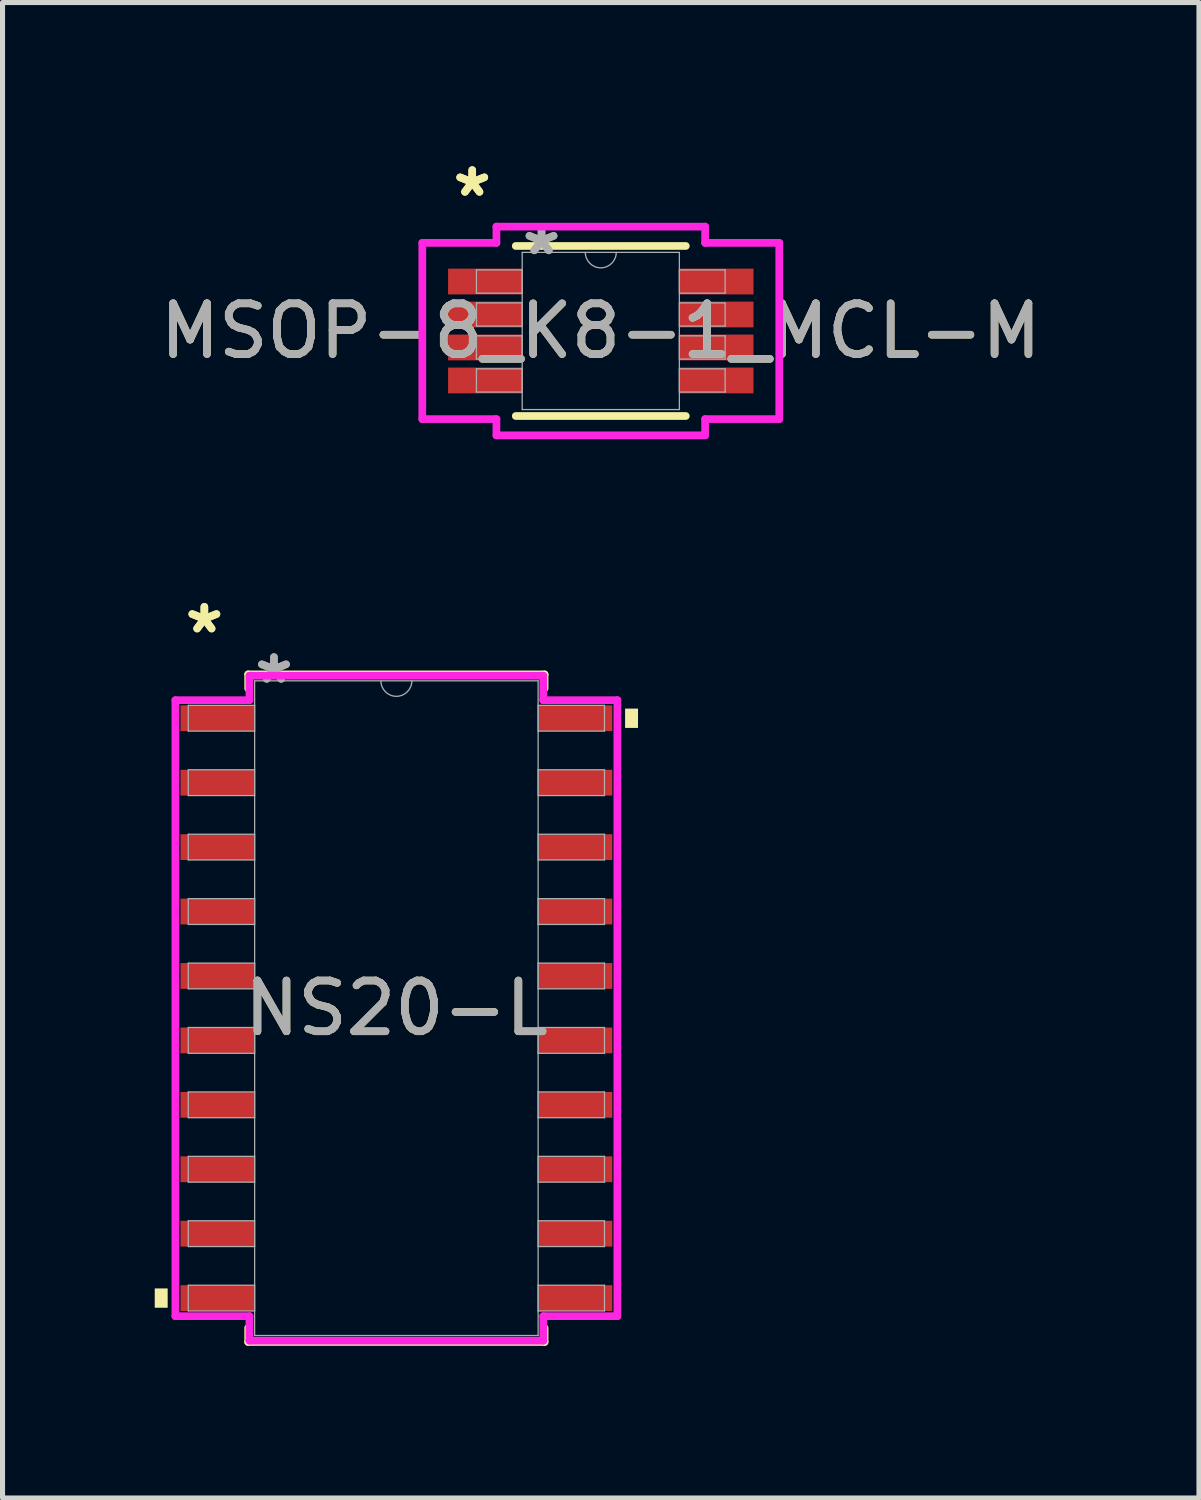
<source format=kicad_pcb>
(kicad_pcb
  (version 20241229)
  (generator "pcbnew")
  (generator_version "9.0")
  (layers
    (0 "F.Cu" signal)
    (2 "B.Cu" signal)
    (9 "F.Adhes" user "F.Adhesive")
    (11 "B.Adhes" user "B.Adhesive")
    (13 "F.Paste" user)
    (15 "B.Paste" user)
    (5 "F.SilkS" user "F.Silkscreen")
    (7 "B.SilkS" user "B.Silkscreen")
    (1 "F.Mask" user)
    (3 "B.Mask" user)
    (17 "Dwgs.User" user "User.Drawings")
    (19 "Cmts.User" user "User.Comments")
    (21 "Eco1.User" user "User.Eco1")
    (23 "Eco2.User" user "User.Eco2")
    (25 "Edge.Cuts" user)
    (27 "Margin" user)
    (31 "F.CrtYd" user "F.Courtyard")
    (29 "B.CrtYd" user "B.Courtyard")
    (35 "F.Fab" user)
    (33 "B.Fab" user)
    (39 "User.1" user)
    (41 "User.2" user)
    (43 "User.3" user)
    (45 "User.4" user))
  (footprint "MSOP-8_K8-1_MCL-M"
    (layer "F.Cu")
    (at 8.792 3.474)
    (property "Reference" "MSOP-8_K8-1_MCL-M" (at 0 0 0) (unlocked yes) (layer "F.SilkS") (effects (font (size 1 1) (thickness 0.15))))
    (attr smd)
    (fp_line (start -1.676 1.676) (end 1.676 1.676) (stroke (width 0.152) (type solid)) (layer "F.SilkS"))
    (fp_line (start 1.676 -1.676) (end -1.676 -1.676) (stroke (width 0.152) (type solid)) (layer "F.SilkS"))
    (fp_line (start -3.518 -1.737) (end -2.057 -1.737) (stroke (width 0.152) (type solid)) (layer "F.CrtYd"))
    (fp_line (start -3.518 1.737) (end -3.518 -1.737) (stroke (width 0.152) (type solid)) (layer "F.CrtYd"))
    (fp_line (start -3.518 1.737) (end -2.057 1.737) (stroke (width 0.152) (type solid)) (layer "F.CrtYd"))
    (fp_line (start -2.057 -2.057) (end 2.057 -2.057) (stroke (width 0.152) (type solid)) (layer "F.CrtYd"))
    (fp_line (start -2.057 -1.737) (end -2.057 -2.057) (stroke (width 0.152) (type solid)) (layer "F.CrtYd"))
    (fp_line (start -2.057 2.057) (end -2.057 1.737) (stroke (width 0.152) (type solid)) (layer "F.CrtYd"))
    (fp_line (start 2.057 -2.057) (end 2.057 -1.737) (stroke (width 0.152) (type solid)) (layer "F.CrtYd"))
    (fp_line (start 2.057 1.737) (end 2.057 2.057) (stroke (width 0.152) (type solid)) (layer "F.CrtYd"))
    (fp_line (start 2.057 2.057) (end -2.057 2.057) (stroke (width 0.152) (type solid)) (layer "F.CrtYd"))
    (fp_line (start 3.518 -1.737) (end 2.057 -1.737) (stroke (width 0.152) (type solid)) (layer "F.CrtYd"))
    (fp_line (start 3.518 -1.737) (end 3.518 1.737) (stroke (width 0.152) (type solid)) (layer "F.CrtYd"))
    (fp_line (start 3.518 1.737) (end 2.057 1.737) (stroke (width 0.152) (type solid)) (layer "F.CrtYd"))
    (fp_line (start -2.451 -1.204) (end -2.451 -0.746) (stroke (width 0.025) (type solid)) (layer "F.Fab"))
    (fp_line (start -2.451 -0.746) (end -1.549 -0.746) (stroke (width 0.025) (type solid)) (layer "F.Fab"))
    (fp_line (start -2.451 -0.554) (end -2.451 -0.096) (stroke (width 0.025) (type solid)) (layer "F.Fab"))
    (fp_line (start -2.451 -0.096) (end -1.549 -0.096) (stroke (width 0.025) (type solid)) (layer "F.Fab"))
    (fp_line (start -2.451 0.096) (end -2.451 0.554) (stroke (width 0.025) (type solid)) (layer "F.Fab"))
    (fp_line (start -2.451 0.554) (end -1.549 0.554) (stroke (width 0.025) (type solid)) (layer "F.Fab"))
    (fp_line (start -2.451 0.746) (end -2.451 1.204) (stroke (width 0.025) (type solid)) (layer "F.Fab"))
    (fp_line (start -2.451 1.204) (end -1.549 1.204) (stroke (width 0.025) (type solid)) (layer "F.Fab"))
    (fp_line (start -1.549 -1.549) (end -1.549 1.549) (stroke (width 0.025) (type solid)) (layer "F.Fab"))
    (fp_line (start -1.549 -1.204) (end -2.451 -1.204) (stroke (width 0.025) (type solid)) (layer "F.Fab"))
    (fp_line (start -1.549 -0.746) (end -1.549 -1.204) (stroke (width 0.025) (type solid)) (layer "F.Fab"))
    (fp_line (start -1.549 -0.554) (end -2.451 -0.554) (stroke (width 0.025) (type solid)) (layer "F.Fab"))
    (fp_line (start -1.549 -0.096) (end -1.549 -0.554) (stroke (width 0.025) (type solid)) (layer "F.Fab"))
    (fp_line (start -1.549 0.096) (end -2.451 0.096) (stroke (width 0.025) (type solid)) (layer "F.Fab"))
    (fp_line (start -1.549 0.554) (end -1.549 0.096) (stroke (width 0.025) (type solid)) (layer "F.Fab"))
    (fp_line (start -1.549 0.746) (end -2.451 0.746) (stroke (width 0.025) (type solid)) (layer "F.Fab"))
    (fp_line (start -1.549 1.204) (end -1.549 0.746) (stroke (width 0.025) (type solid)) (layer "F.Fab"))
    (fp_line (start -1.549 1.549) (end 1.549 1.549) (stroke (width 0.025) (type solid)) (layer "F.Fab"))
    (fp_line (start 1.549 -1.549) (end -1.549 -1.549) (stroke (width 0.025) (type solid)) (layer "F.Fab"))
    (fp_line (start 1.549 -1.204) (end 1.549 -0.746) (stroke (width 0.025) (type solid)) (layer "F.Fab"))
    (fp_line (start 1.549 -0.746) (end 2.451 -0.746) (stroke (width 0.025) (type solid)) (layer "F.Fab"))
    (fp_line (start 1.549 -0.554) (end 1.549 -0.096) (stroke (width 0.025) (type solid)) (layer "F.Fab"))
    (fp_line (start 1.549 -0.096) (end 2.451 -0.096) (stroke (width 0.025) (type solid)) (layer "F.Fab"))
    (fp_line (start 1.549 0.096) (end 1.549 0.554) (stroke (width 0.025) (type solid)) (layer "F.Fab"))
    (fp_line (start 1.549 0.554) (end 2.451 0.554) (stroke (width 0.025) (type solid)) (layer "F.Fab"))
    (fp_line (start 1.549 0.746) (end 1.549 1.204) (stroke (width 0.025) (type solid)) (layer "F.Fab"))
    (fp_line (start 1.549 1.204) (end 2.451 1.204) (stroke (width 0.025) (type solid)) (layer "F.Fab"))
    (fp_line (start 1.549 1.549) (end 1.549 -1.549) (stroke (width 0.025) (type solid)) (layer "F.Fab"))
    (fp_line (start 2.451 -1.204) (end 1.549 -1.204) (stroke (width 0.025) (type solid)) (layer "F.Fab"))
    (fp_line (start 2.451 -0.746) (end 2.451 -1.204) (stroke (width 0.025) (type solid)) (layer "F.Fab"))
    (fp_line (start 2.451 -0.554) (end 1.549 -0.554) (stroke (width 0.025) (type solid)) (layer "F.Fab"))
    (fp_line (start 2.451 -0.096) (end 2.451 -0.554) (stroke (width 0.025) (type solid)) (layer "F.Fab"))
    (fp_line (start 2.451 0.096) (end 1.549 0.096) (stroke (width 0.025) (type solid)) (layer "F.Fab"))
    (fp_line (start 2.451 0.554) (end 2.451 0.096) (stroke (width 0.025) (type solid)) (layer "F.Fab"))
    (fp_line (start 2.451 0.746) (end 1.549 0.746) (stroke (width 0.025) (type solid)) (layer "F.Fab"))
    (fp_line (start 2.451 1.204) (end 2.451 0.746) (stroke (width 0.025) (type solid)) (layer "F.Fab"))
    (fp_arc (start 0.3048 -1.5494) (mid 0 -1.2446) (end -0.3048 -1.5494) (stroke (width 0.0254) (type solid)) (layer "F.Fab"))
    (fp_text user "*" (at -2.534 -2.626 0) (layer "F.SilkS") (effects (font (size 1 1) (thickness 0.15))))
    (fp_text user "*" (at -2.534 -2.626 0) (unlocked yes) (layer "F.SilkS") (effects (font (size 1 1) (thickness 0.15))))
    (fp_text user "${REFERENCE}" (at 0 0 0) (unlocked yes) (layer "F.Fab") (effects (font (size 1 1) (thickness 0.15))))
    (fp_text user "*" (at -1.168 -1.473 0) (layer "F.Fab") (effects (font (size 1 1) (thickness 0.15))))
    (fp_text user "*" (at -1.168 -1.473 0) (unlocked yes) (layer "F.Fab") (effects (font (size 1 1) (thickness 0.15))))
    (pad "1" smd rect (at -2.28 -0.975) (size 1.46 0.508) (layers "F.Cu" "F.Mask" "F.Paste"))
    (pad "2" smd rect (at -2.28 -0.325) (size 1.46 0.508) (layers "F.Cu" "F.Mask" "F.Paste"))
    (pad "3" smd rect (at -2.28 0.325) (size 1.46 0.508) (layers "F.Cu" "F.Mask" "F.Paste"))
    (pad "4" smd rect (at -2.28 0.975) (size 1.46 0.508) (layers "F.Cu" "F.Mask" "F.Paste"))
    (pad "5" smd rect (at 2.28 0.975) (size 1.46 0.508) (layers "F.Cu" "F.Mask" "F.Paste"))
    (pad "6" smd rect (at 2.28 0.325) (size 1.46 0.508) (layers "F.Cu" "F.Mask" "F.Paste"))
    (pad "7" smd rect (at 2.28 -0.325) (size 1.46 0.508) (layers "F.Cu" "F.Mask" "F.Paste"))
    (pad "8" smd rect (at 2.28 -0.975) (size 1.46 0.508) (layers "F.Cu" "F.Mask" "F.Paste")))
  (footprint "NS20-L"
    (layer "F.Cu")
    (at 4.763 16.822)
    (property "Reference" "NS20-L" (at 0 0 0) (unlocked yes) (layer "F.SilkS") (effects (font (size 1 1) (thickness 0.15))))
    (attr smd)
    (fp_line (start -2.921 -6.579) (end -2.921 -6.302) (stroke (width 0.152) (type solid)) (layer "F.SilkS"))
    (fp_line (start -2.921 6.302) (end -2.921 6.579) (stroke (width 0.152) (type solid)) (layer "F.SilkS"))
    (fp_line (start -2.921 6.579) (end 2.921 6.579) (stroke (width 0.152) (type solid)) (layer "F.SilkS"))
    (fp_line (start 2.921 -6.579) (end -2.921 -6.579) (stroke (width 0.152) (type solid)) (layer "F.SilkS"))
    (fp_line (start 2.921 -6.302) (end 2.921 -6.579) (stroke (width 0.152) (type solid)) (layer "F.SilkS"))
    (fp_line (start 2.921 6.579) (end 2.921 6.302) (stroke (width 0.152) (type solid)) (layer "F.SilkS"))
    (fp_poly (pts (xy -4.763 5.524) (xy -4.763 5.905) (xy -4.508 5.905) (xy -4.508 5.524)) (stroke (width 0) (type solid)) (fill yes) (layer "F.SilkS"))
    (fp_poly (pts (xy 4.763 -5.905) (xy 4.763 -5.524) (xy 4.508 -5.524) (xy 4.508 -5.905)) (stroke (width 0) (type solid)) (fill yes) (layer "F.SilkS"))
    (fp_line (start -4.356 -6.071) (end -2.896 -6.071) (stroke (width 0.152) (type solid)) (layer "F.CrtYd"))
    (fp_line (start -4.356 6.071) (end -4.356 -6.071) (stroke (width 0.152) (type solid)) (layer "F.CrtYd"))
    (fp_line (start -4.356 6.071) (end -2.896 6.071) (stroke (width 0.152) (type solid)) (layer "F.CrtYd"))
    (fp_line (start -2.896 -6.553) (end 2.896 -6.553) (stroke (width 0.152) (type solid)) (layer "F.CrtYd"))
    (fp_line (start -2.896 -6.071) (end -2.896 -6.553) (stroke (width 0.152) (type solid)) (layer "F.CrtYd"))
    (fp_line (start -2.896 6.553) (end -2.896 6.071) (stroke (width 0.152) (type solid)) (layer "F.CrtYd"))
    (fp_line (start 2.896 -6.553) (end 2.896 -6.071) (stroke (width 0.152) (type solid)) (layer "F.CrtYd"))
    (fp_line (start 2.896 6.071) (end 2.896 6.553) (stroke (width 0.152) (type solid)) (layer "F.CrtYd"))
    (fp_line (start 2.896 6.553) (end -2.896 6.553) (stroke (width 0.152) (type solid)) (layer "F.CrtYd"))
    (fp_line (start 4.356 -6.071) (end 2.896 -6.071) (stroke (width 0.152) (type solid)) (layer "F.CrtYd"))
    (fp_line (start 4.356 -6.071) (end 4.356 6.071) (stroke (width 0.152) (type solid)) (layer "F.CrtYd"))
    (fp_line (start 4.356 6.071) (end 2.896 6.071) (stroke (width 0.152) (type solid)) (layer "F.CrtYd"))
    (fp_line (start -4.102 -5.969) (end -4.102 -5.461) (stroke (width 0.025) (type solid)) (layer "F.Fab"))
    (fp_line (start -4.102 -5.461) (end -2.794 -5.461) (stroke (width 0.025) (type solid)) (layer "F.Fab"))
    (fp_line (start -4.102 -4.699) (end -4.102 -4.191) (stroke (width 0.025) (type solid)) (layer "F.Fab"))
    (fp_line (start -4.102 -4.191) (end -2.794 -4.191) (stroke (width 0.025) (type solid)) (layer "F.Fab"))
    (fp_line (start -4.102 -3.429) (end -4.102 -2.921) (stroke (width 0.025) (type solid)) (layer "F.Fab"))
    (fp_line (start -4.102 -2.921) (end -2.794 -2.921) (stroke (width 0.025) (type solid)) (layer "F.Fab"))
    (fp_line (start -4.102 -2.159) (end -4.102 -1.651) (stroke (width 0.025) (type solid)) (layer "F.Fab"))
    (fp_line (start -4.102 -1.651) (end -2.794 -1.651) (stroke (width 0.025) (type solid)) (layer "F.Fab"))
    (fp_line (start -4.102 -0.889) (end -4.102 -0.381) (stroke (width 0.025) (type solid)) (layer "F.Fab"))
    (fp_line (start -4.102 -0.381) (end -2.794 -0.381) (stroke (width 0.025) (type solid)) (layer "F.Fab"))
    (fp_line (start -4.102 0.381) (end -4.102 0.889) (stroke (width 0.025) (type solid)) (layer "F.Fab"))
    (fp_line (start -4.102 0.889) (end -2.794 0.889) (stroke (width 0.025) (type solid)) (layer "F.Fab"))
    (fp_line (start -4.102 1.651) (end -4.102 2.159) (stroke (width 0.025) (type solid)) (layer "F.Fab"))
    (fp_line (start -4.102 2.159) (end -2.794 2.159) (stroke (width 0.025) (type solid)) (layer "F.Fab"))
    (fp_line (start -4.102 2.921) (end -4.102 3.429) (stroke (width 0.025) (type solid)) (layer "F.Fab"))
    (fp_line (start -4.102 3.429) (end -2.794 3.429) (stroke (width 0.025) (type solid)) (layer "F.Fab"))
    (fp_line (start -4.102 4.191) (end -4.102 4.699) (stroke (width 0.025) (type solid)) (layer "F.Fab"))
    (fp_line (start -4.102 4.699) (end -2.794 4.699) (stroke (width 0.025) (type solid)) (layer "F.Fab"))
    (fp_line (start -4.102 5.461) (end -4.102 5.969) (stroke (width 0.025) (type solid)) (layer "F.Fab"))
    (fp_line (start -4.102 5.969) (end -2.794 5.969) (stroke (width 0.025) (type solid)) (layer "F.Fab"))
    (fp_line (start -2.794 -6.452) (end -2.794 6.452) (stroke (width 0.025) (type solid)) (layer "F.Fab"))
    (fp_line (start -2.794 -5.969) (end -4.102 -5.969) (stroke (width 0.025) (type solid)) (layer "F.Fab"))
    (fp_line (start -2.794 -5.461) (end -2.794 -5.969) (stroke (width 0.025) (type solid)) (layer "F.Fab"))
    (fp_line (start -2.794 -4.699) (end -4.102 -4.699) (stroke (width 0.025) (type solid)) (layer "F.Fab"))
    (fp_line (start -2.794 -4.191) (end -2.794 -4.699) (stroke (width 0.025) (type solid)) (layer "F.Fab"))
    (fp_line (start -2.794 -3.429) (end -4.102 -3.429) (stroke (width 0.025) (type solid)) (layer "F.Fab"))
    (fp_line (start -2.794 -2.921) (end -2.794 -3.429) (stroke (width 0.025) (type solid)) (layer "F.Fab"))
    (fp_line (start -2.794 -2.159) (end -4.102 -2.159) (stroke (width 0.025) (type solid)) (layer "F.Fab"))
    (fp_line (start -2.794 -1.651) (end -2.794 -2.159) (stroke (width 0.025) (type solid)) (layer "F.Fab"))
    (fp_line (start -2.794 -0.889) (end -4.102 -0.889) (stroke (width 0.025) (type solid)) (layer "F.Fab"))
    (fp_line (start -2.794 -0.381) (end -2.794 -0.889) (stroke (width 0.025) (type solid)) (layer "F.Fab"))
    (fp_line (start -2.794 0.381) (end -4.102 0.381) (stroke (width 0.025) (type solid)) (layer "F.Fab"))
    (fp_line (start -2.794 0.889) (end -2.794 0.381) (stroke (width 0.025) (type solid)) (layer "F.Fab"))
    (fp_line (start -2.794 1.651) (end -4.102 1.651) (stroke (width 0.025) (type solid)) (layer "F.Fab"))
    (fp_line (start -2.794 2.159) (end -2.794 1.651) (stroke (width 0.025) (type solid)) (layer "F.Fab"))
    (fp_line (start -2.794 2.921) (end -4.102 2.921) (stroke (width 0.025) (type solid)) (layer "F.Fab"))
    (fp_line (start -2.794 3.429) (end -2.794 2.921) (stroke (width 0.025) (type solid)) (layer "F.Fab"))
    (fp_line (start -2.794 4.191) (end -4.102 4.191) (stroke (width 0.025) (type solid)) (layer "F.Fab"))
    (fp_line (start -2.794 4.699) (end -2.794 4.191) (stroke (width 0.025) (type solid)) (layer "F.Fab"))
    (fp_line (start -2.794 5.461) (end -4.102 5.461) (stroke (width 0.025) (type solid)) (layer "F.Fab"))
    (fp_line (start -2.794 5.969) (end -2.794 5.461) (stroke (width 0.025) (type solid)) (layer "F.Fab"))
    (fp_line (start -2.794 6.452) (end 2.794 6.452) (stroke (width 0.025) (type solid)) (layer "F.Fab"))
    (fp_line (start 2.794 -6.452) (end -2.794 -6.452) (stroke (width 0.025) (type solid)) (layer "F.Fab"))
    (fp_line (start 2.794 -5.969) (end 2.794 -5.461) (stroke (width 0.025) (type solid)) (layer "F.Fab"))
    (fp_line (start 2.794 -5.461) (end 4.102 -5.461) (stroke (width 0.025) (type solid)) (layer "F.Fab"))
    (fp_line (start 2.794 -4.699) (end 2.794 -4.191) (stroke (width 0.025) (type solid)) (layer "F.Fab"))
    (fp_line (start 2.794 -4.191) (end 4.102 -4.191) (stroke (width 0.025) (type solid)) (layer "F.Fab"))
    (fp_line (start 2.794 -3.429) (end 2.794 -2.921) (stroke (width 0.025) (type solid)) (layer "F.Fab"))
    (fp_line (start 2.794 -2.921) (end 4.102 -2.921) (stroke (width 0.025) (type solid)) (layer "F.Fab"))
    (fp_line (start 2.794 -2.159) (end 2.794 -1.651) (stroke (width 0.025) (type solid)) (layer "F.Fab"))
    (fp_line (start 2.794 -1.651) (end 4.102 -1.651) (stroke (width 0.025) (type solid)) (layer "F.Fab"))
    (fp_line (start 2.794 -0.889) (end 2.794 -0.381) (stroke (width 0.025) (type solid)) (layer "F.Fab"))
    (fp_line (start 2.794 -0.381) (end 4.102 -0.381) (stroke (width 0.025) (type solid)) (layer "F.Fab"))
    (fp_line (start 2.794 0.381) (end 2.794 0.889) (stroke (width 0.025) (type solid)) (layer "F.Fab"))
    (fp_line (start 2.794 0.889) (end 4.102 0.889) (stroke (width 0.025) (type solid)) (layer "F.Fab"))
    (fp_line (start 2.794 1.651) (end 2.794 2.159) (stroke (width 0.025) (type solid)) (layer "F.Fab"))
    (fp_line (start 2.794 2.159) (end 4.102 2.159) (stroke (width 0.025) (type solid)) (layer "F.Fab"))
    (fp_line (start 2.794 2.921) (end 2.794 3.429) (stroke (width 0.025) (type solid)) (layer "F.Fab"))
    (fp_line (start 2.794 3.429) (end 4.102 3.429) (stroke (width 0.025) (type solid)) (layer "F.Fab"))
    (fp_line (start 2.794 4.191) (end 2.794 4.699) (stroke (width 0.025) (type solid)) (layer "F.Fab"))
    (fp_line (start 2.794 4.699) (end 4.102 4.699) (stroke (width 0.025) (type solid)) (layer "F.Fab"))
    (fp_line (start 2.794 5.461) (end 2.794 5.969) (stroke (width 0.025) (type solid)) (layer "F.Fab"))
    (fp_line (start 2.794 5.969) (end 4.102 5.969) (stroke (width 0.025) (type solid)) (layer "F.Fab"))
    (fp_line (start 2.794 6.452) (end 2.794 -6.452) (stroke (width 0.025) (type solid)) (layer "F.Fab"))
    (fp_line (start 4.102 -5.969) (end 2.794 -5.969) (stroke (width 0.025) (type solid)) (layer "F.Fab"))
    (fp_line (start 4.102 -5.461) (end 4.102 -5.969) (stroke (width 0.025) (type solid)) (layer "F.Fab"))
    (fp_line (start 4.102 -4.699) (end 2.794 -4.699) (stroke (width 0.025) (type solid)) (layer "F.Fab"))
    (fp_line (start 4.102 -4.191) (end 4.102 -4.699) (stroke (width 0.025) (type solid)) (layer "F.Fab"))
    (fp_line (start 4.102 -3.429) (end 2.794 -3.429) (stroke (width 0.025) (type solid)) (layer "F.Fab"))
    (fp_line (start 4.102 -2.921) (end 4.102 -3.429) (stroke (width 0.025) (type solid)) (layer "F.Fab"))
    (fp_line (start 4.102 -2.159) (end 2.794 -2.159) (stroke (width 0.025) (type solid)) (layer "F.Fab"))
    (fp_line (start 4.102 -1.651) (end 4.102 -2.159) (stroke (width 0.025) (type solid)) (layer "F.Fab"))
    (fp_line (start 4.102 -0.889) (end 2.794 -0.889) (stroke (width 0.025) (type solid)) (layer "F.Fab"))
    (fp_line (start 4.102 -0.381) (end 4.102 -0.889) (stroke (width 0.025) (type solid)) (layer "F.Fab"))
    (fp_line (start 4.102 0.381) (end 2.794 0.381) (stroke (width 0.025) (type solid)) (layer "F.Fab"))
    (fp_line (start 4.102 0.889) (end 4.102 0.381) (stroke (width 0.025) (type solid)) (layer "F.Fab"))
    (fp_line (start 4.102 1.651) (end 2.794 1.651) (stroke (width 0.025) (type solid)) (layer "F.Fab"))
    (fp_line (start 4.102 2.159) (end 4.102 1.651) (stroke (width 0.025) (type solid)) (layer "F.Fab"))
    (fp_line (start 4.102 2.921) (end 2.794 2.921) (stroke (width 0.025) (type solid)) (layer "F.Fab"))
    (fp_line (start 4.102 3.429) (end 4.102 2.921) (stroke (width 0.025) (type solid)) (layer "F.Fab"))
    (fp_line (start 4.102 4.191) (end 2.794 4.191) (stroke (width 0.025) (type solid)) (layer "F.Fab"))
    (fp_line (start 4.102 4.699) (end 4.102 4.191) (stroke (width 0.025) (type solid)) (layer "F.Fab"))
    (fp_line (start 4.102 5.461) (end 2.794 5.461) (stroke (width 0.025) (type solid)) (layer "F.Fab"))
    (fp_line (start 4.102 5.969) (end 4.102 5.461) (stroke (width 0.025) (type solid)) (layer "F.Fab"))
    (fp_arc (start 0.3048 -6.4516) (mid 0 -6.1468) (end -0.3048 -6.4516) (stroke (width 0.0254) (type solid)) (layer "F.Fab"))
    (fp_text user "*" (at -3.785 -7.366 0) (unlocked yes) (layer "F.SilkS") (effects (font (size 1 1) (thickness 0.15))))
    (fp_text user "*" (at -3.785 -7.366 0) (layer "F.SilkS") (effects (font (size 1 1) (thickness 0.15))))
    (fp_text user "${REFERENCE}" (at 0 0 0) (unlocked yes) (layer "F.Fab") (effects (font (size 1 1) (thickness 0.15))))
    (fp_text user "*" (at -2.413 -6.375 0) (layer "F.Fab") (effects (font (size 1 1) (thickness 0.15))))
    (fp_text user "*" (at -2.413 -6.375 0) (unlocked yes) (layer "F.Fab") (effects (font (size 1 1) (thickness 0.15))))
    (pad "1" smd rect (at -3.531 -5.715) (size 1.448 0.508) (layers "F.Cu" "F.Mask" "F.Paste"))
    (pad "2" smd rect (at -3.531 -4.445) (size 1.448 0.508) (layers "F.Cu" "F.Mask" "F.Paste"))
    (pad "3" smd rect (at -3.531 -3.175) (size 1.448 0.508) (layers "F.Cu" "F.Mask" "F.Paste"))
    (pad "4" smd rect (at -3.531 -1.905) (size 1.448 0.508) (layers "F.Cu" "F.Mask" "F.Paste"))
    (pad "5" smd rect (at -3.531 -0.635) (size 1.448 0.508) (layers "F.Cu" "F.Mask" "F.Paste"))
    (pad "6" smd rect (at -3.531 0.635) (size 1.448 0.508) (layers "F.Cu" "F.Mask" "F.Paste"))
    (pad "7" smd rect (at -3.531 1.905) (size 1.448 0.508) (layers "F.Cu" "F.Mask" "F.Paste"))
    (pad "8" smd rect (at -3.531 3.175) (size 1.448 0.508) (layers "F.Cu" "F.Mask" "F.Paste"))
    (pad "9" smd rect (at -3.531 4.445) (size 1.448 0.508) (layers "F.Cu" "F.Mask" "F.Paste"))
    (pad "10" smd rect (at -3.531 5.715) (size 1.448 0.508) (layers "F.Cu" "F.Mask" "F.Paste"))
    (pad "11" smd rect (at 3.531 5.715) (size 1.448 0.508) (layers "F.Cu" "F.Mask" "F.Paste"))
    (pad "12" smd rect (at 3.531 4.445) (size 1.448 0.508) (layers "F.Cu" "F.Mask" "F.Paste"))
    (pad "13" smd rect (at 3.531 3.175) (size 1.448 0.508) (layers "F.Cu" "F.Mask" "F.Paste"))
    (pad "14" smd rect (at 3.531 1.905) (size 1.448 0.508) (layers "F.Cu" "F.Mask" "F.Paste"))
    (pad "15" smd rect (at 3.531 0.635) (size 1.448 0.508) (layers "F.Cu" "F.Mask" "F.Paste"))
    (pad "16" smd rect (at 3.531 -0.635) (size 1.448 0.508) (layers "F.Cu" "F.Mask" "F.Paste"))
    (pad "17" smd rect (at 3.531 -1.905) (size 1.448 0.508) (layers "F.Cu" "F.Mask" "F.Paste"))
    (pad "18" smd rect (at 3.531 -3.175) (size 1.448 0.508) (layers "F.Cu" "F.Mask" "F.Paste"))
    (pad "19" smd rect (at 3.531 -4.445) (size 1.448 0.508) (layers "F.Cu" "F.Mask" "F.Paste"))
    (pad "20" smd rect (at 3.531 -5.715) (size 1.448 0.508) (layers "F.Cu" "F.Mask" "F.Paste")))
  (gr_rect
    (start -3 -3)
    (end 20.583 26.477)
    (stroke (width 0.1) (type default))
    (fill no)
    (layer "Edge.Cuts")))
</source>
